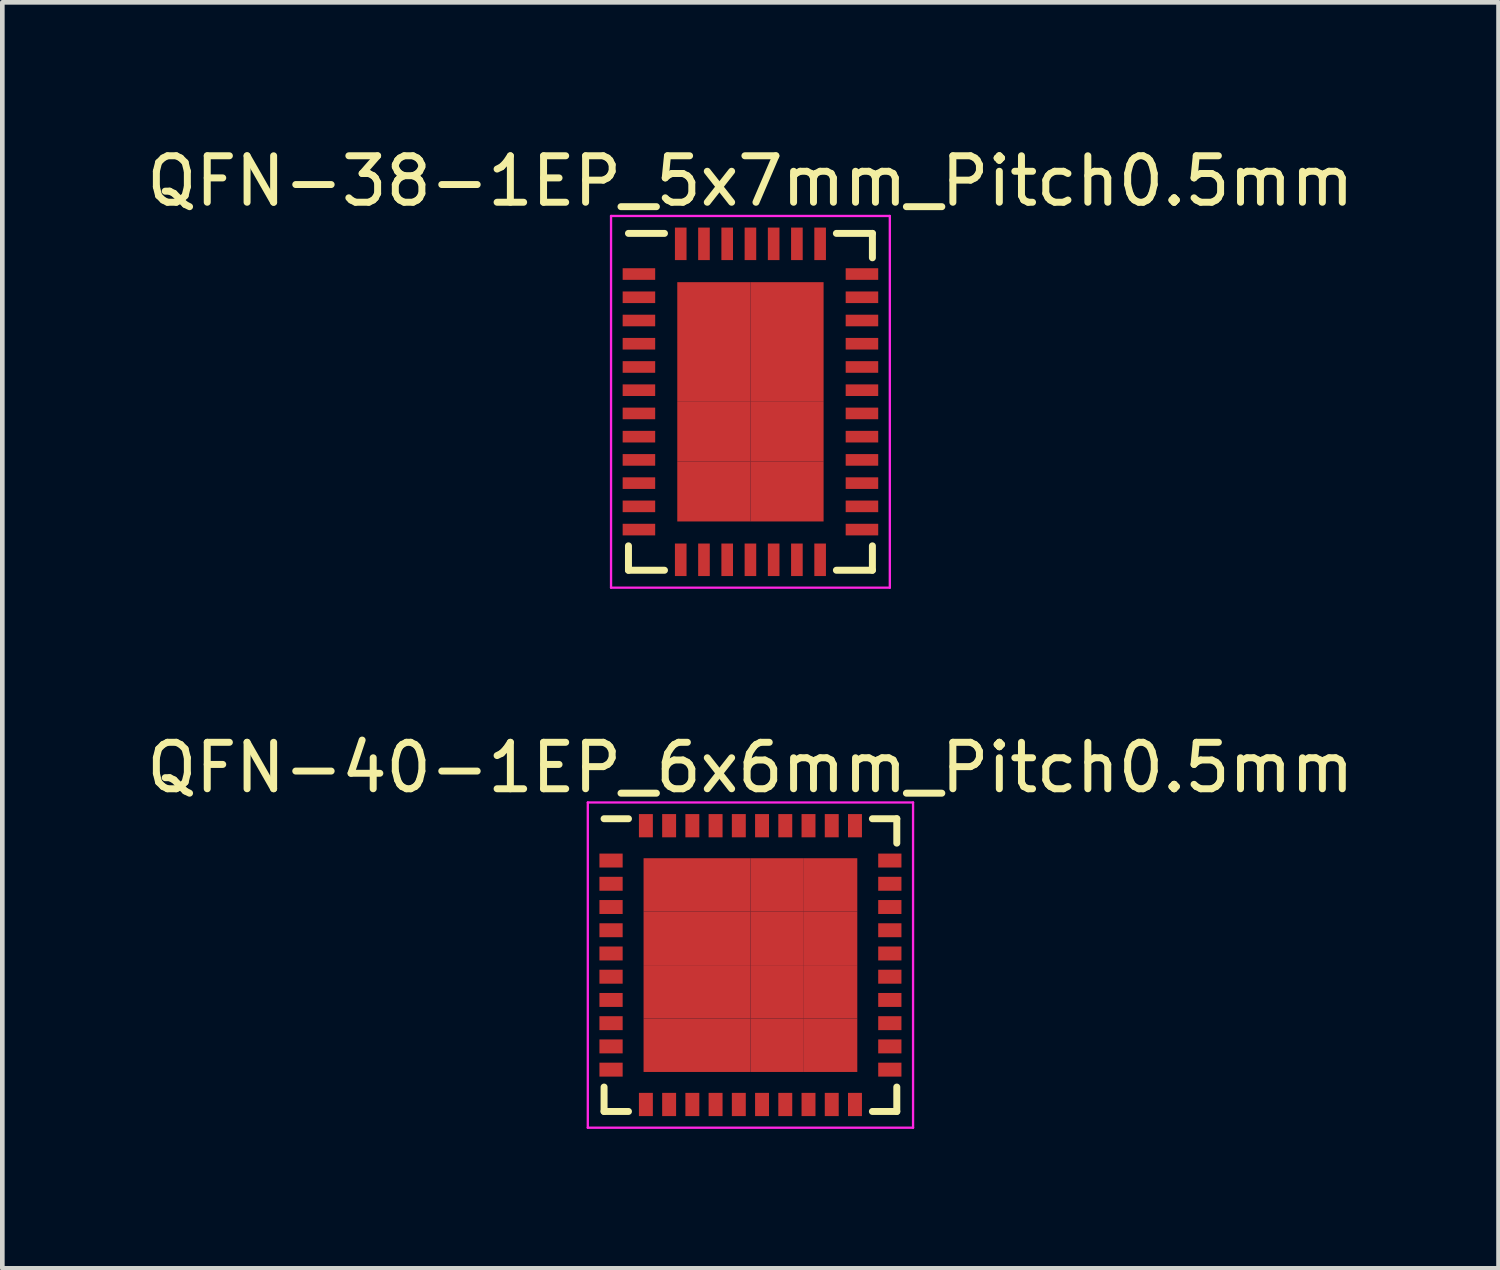
<source format=kicad_pcb>
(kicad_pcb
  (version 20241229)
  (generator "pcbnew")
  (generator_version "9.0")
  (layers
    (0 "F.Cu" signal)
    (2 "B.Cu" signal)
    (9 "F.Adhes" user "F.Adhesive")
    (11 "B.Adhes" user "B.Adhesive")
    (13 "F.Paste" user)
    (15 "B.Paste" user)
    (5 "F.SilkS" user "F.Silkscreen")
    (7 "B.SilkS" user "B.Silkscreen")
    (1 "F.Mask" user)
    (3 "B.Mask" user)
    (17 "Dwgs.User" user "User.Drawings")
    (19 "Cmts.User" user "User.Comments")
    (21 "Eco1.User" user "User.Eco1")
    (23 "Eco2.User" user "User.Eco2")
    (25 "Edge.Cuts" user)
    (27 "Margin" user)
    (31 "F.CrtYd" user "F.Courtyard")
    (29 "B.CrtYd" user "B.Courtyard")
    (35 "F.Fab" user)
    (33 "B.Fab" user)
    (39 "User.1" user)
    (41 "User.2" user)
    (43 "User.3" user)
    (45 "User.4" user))
  (footprint "QFN-40-1EP_6x6mm_Pitch0.5mm"
    (layer "F.Cu")
    (at 13.101 17.721)
    (property "Reference" "QFN-40-1EP_6x6mm_Pitch0.5mm" (at 0 -4.25 0) (layer "F.SilkS") (effects (font (size 1 1) (thickness 0.15))))
    (attr smd)
    (fp_line (start -3.15 -3.15) (end -2.625 -3.15) (stroke (width 0.15) (type solid)) (layer "F.SilkS"))
    (fp_line (start -3.15 3.15) (end -3.15 2.625) (stroke (width 0.15) (type solid)) (layer "F.SilkS"))
    (fp_line (start -3.15 3.15) (end -2.625 3.15) (stroke (width 0.15) (type solid)) (layer "F.SilkS"))
    (fp_line (start 3.15 -3.15) (end 2.625 -3.15) (stroke (width 0.15) (type solid)) (layer "F.SilkS"))
    (fp_line (start 3.15 -3.15) (end 3.15 -2.625) (stroke (width 0.15) (type solid)) (layer "F.SilkS"))
    (fp_line (start 3.15 3.15) (end 2.625 3.15) (stroke (width 0.15) (type solid)) (layer "F.SilkS"))
    (fp_line (start 3.15 3.15) (end 3.15 2.625) (stroke (width 0.15) (type solid)) (layer "F.SilkS"))
    (fp_line (start -3.5 -3.5) (end -3.5 3.5) (stroke (width 0.05) (type solid)) (layer "F.CrtYd"))
    (fp_line (start -3.5 -3.5) (end 3.5 -3.5) (stroke (width 0.05) (type solid)) (layer "F.CrtYd"))
    (fp_line (start -3.5 3.5) (end 3.5 3.5) (stroke (width 0.05) (type solid)) (layer "F.CrtYd"))
    (fp_line (start 3.5 -3.5) (end 3.5 3.5) (stroke (width 0.05) (type solid)) (layer "F.CrtYd"))
    (pad "1" smd rect (at -3 -2.25) (size 0.5 0.3) (layers "F.Cu" "F.Mask" "F.Paste"))
    (pad "2" smd rect (at -3 -1.75) (size 0.5 0.3) (layers "F.Cu" "F.Mask" "F.Paste"))
    (pad "3" smd rect (at -3 -1.25) (size 0.5 0.3) (layers "F.Cu" "F.Mask" "F.Paste"))
    (pad "4" smd rect (at -3 -0.75) (size 0.5 0.3) (layers "F.Cu" "F.Mask" "F.Paste"))
    (pad "5" smd rect (at -3 -0.25) (size 0.5 0.3) (layers "F.Cu" "F.Mask" "F.Paste"))
    (pad "6" smd rect (at -3 0.25) (size 0.5 0.3) (layers "F.Cu" "F.Mask" "F.Paste"))
    (pad "7" smd rect (at -3 0.75) (size 0.5 0.3) (layers "F.Cu" "F.Mask" "F.Paste"))
    (pad "8" smd rect (at -3 1.25) (size 0.5 0.3) (layers "F.Cu" "F.Mask" "F.Paste"))
    (pad "9" smd rect (at -3 1.75) (size 0.5 0.3) (layers "F.Cu" "F.Mask" "F.Paste"))
    (pad "10" smd rect (at -3 2.25) (size 0.5 0.3) (layers "F.Cu" "F.Mask" "F.Paste"))
    (pad "11" smd rect (at -2.25 3 90) (size 0.5 0.3) (layers "F.Cu" "F.Mask" "F.Paste"))
    (pad "12" smd rect (at -1.75 3 90) (size 0.5 0.3) (layers "F.Cu" "F.Mask" "F.Paste"))
    (pad "13" smd rect (at -1.25 3 90) (size 0.5 0.3) (layers "F.Cu" "F.Mask" "F.Paste"))
    (pad "14" smd rect (at -0.75 3 90) (size 0.5 0.3) (layers "F.Cu" "F.Mask" "F.Paste"))
    (pad "15" smd rect (at -0.25 3 90) (size 0.5 0.3) (layers "F.Cu" "F.Mask" "F.Paste"))
    (pad "16" smd rect (at 0.25 3 90) (size 0.5 0.3) (layers "F.Cu" "F.Mask" "F.Paste"))
    (pad "17" smd rect (at 0.75 3 90) (size 0.5 0.3) (layers "F.Cu" "F.Mask" "F.Paste"))
    (pad "18" smd rect (at 1.25 3 90) (size 0.5 0.3) (layers "F.Cu" "F.Mask" "F.Paste"))
    (pad "19" smd rect (at 1.75 3 90) (size 0.5 0.3) (layers "F.Cu" "F.Mask" "F.Paste"))
    (pad "20" smd rect (at 2.25 3 90) (size 0.5 0.3) (layers "F.Cu" "F.Mask" "F.Paste"))
    (pad "21" smd rect (at 3 2.25) (size 0.5 0.3) (layers "F.Cu" "F.Mask" "F.Paste"))
    (pad "22" smd rect (at 3 1.75) (size 0.5 0.3) (layers "F.Cu" "F.Mask" "F.Paste"))
    (pad "23" smd rect (at 3 1.25) (size 0.5 0.3) (layers "F.Cu" "F.Mask" "F.Paste"))
    (pad "24" smd rect (at 3 0.75) (size 0.5 0.3) (layers "F.Cu" "F.Mask" "F.Paste"))
    (pad "25" smd rect (at 3 0.25) (size 0.5 0.3) (layers "F.Cu" "F.Mask" "F.Paste"))
    (pad "26" smd rect (at 3 -0.25) (size 0.5 0.3) (layers "F.Cu" "F.Mask" "F.Paste"))
    (pad "27" smd rect (at 3 -0.75) (size 0.5 0.3) (layers "F.Cu" "F.Mask" "F.Paste"))
    (pad "28" smd rect (at 3 -1.25) (size 0.5 0.3) (layers "F.Cu" "F.Mask" "F.Paste"))
    (pad "29" smd rect (at 3 -1.75) (size 0.5 0.3) (layers "F.Cu" "F.Mask" "F.Paste"))
    (pad "30" smd rect (at 3 -2.25) (size 0.5 0.3) (layers "F.Cu" "F.Mask" "F.Paste"))
    (pad "31" smd rect (at 2.25 -3 90) (size 0.5 0.3) (layers "F.Cu" "F.Mask" "F.Paste"))
    (pad "32" smd rect (at 1.75 -3 90) (size 0.5 0.3) (layers "F.Cu" "F.Mask" "F.Paste"))
    (pad "33" smd rect (at 1.25 -3 90) (size 0.5 0.3) (layers "F.Cu" "F.Mask" "F.Paste"))
    (pad "34" smd rect (at 0.75 -3 90) (size 0.5 0.3) (layers "F.Cu" "F.Mask" "F.Paste"))
    (pad "35" smd rect (at 0.25 -3 90) (size 0.5 0.3) (layers "F.Cu" "F.Mask" "F.Paste"))
    (pad "36" smd rect (at -0.25 -3 90) (size 0.5 0.3) (layers "F.Cu" "F.Mask" "F.Paste"))
    (pad "37" smd rect (at -0.75 -3 90) (size 0.5 0.3) (layers "F.Cu" "F.Mask" "F.Paste"))
    (pad "38" smd rect (at -1.25 -3 90) (size 0.5 0.3) (layers "F.Cu" "F.Mask" "F.Paste"))
    (pad "39" smd rect (at -1.75 -3 90) (size 0.5 0.3) (layers "F.Cu" "F.Mask" "F.Paste"))
    (pad "40" smd rect (at -2.25 -3 90) (size 0.5 0.3) (layers "F.Cu" "F.Mask" "F.Paste"))
    (pad "41" smd rect (at -1.725 -1.725) (size 1.15 1.15) (layers "F.Cu" "F.Mask" "F.Paste"))
    (pad "41" smd rect (at -1.725 -0.575) (size 1.15 1.15) (layers "F.Cu" "F.Mask" "F.Paste"))
    (pad "41" smd rect (at -1.725 0.575) (size 1.15 1.15) (layers "F.Cu" "F.Mask" "F.Paste"))
    (pad "41" smd rect (at -1.725 1.725) (size 1.15 1.15) (layers "F.Cu" "F.Mask" "F.Paste"))
    (pad "41" smd rect (at -0.575 -1.725) (size 1.15 1.15) (layers "F.Cu" "F.Mask" "F.Paste"))
    (pad "41" smd rect (at -0.575 -0.575) (size 1.15 1.15) (layers "F.Cu" "F.Mask" "F.Paste"))
    (pad "41" smd rect (at -0.575 0.575) (size 1.15 1.15) (layers "F.Cu" "F.Mask" "F.Paste"))
    (pad "41" smd rect (at -0.575 1.725) (size 1.15 1.15) (layers "F.Cu" "F.Mask" "F.Paste"))
    (pad "41" smd rect (at 0.575 -1.725) (size 1.15 1.15) (layers "F.Cu" "F.Mask" "F.Paste"))
    (pad "41" smd rect (at 0.575 -0.575) (size 1.15 1.15) (layers "F.Cu" "F.Mask" "F.Paste"))
    (pad "41" smd rect (at 0.575 0.575) (size 1.15 1.15) (layers "F.Cu" "F.Mask" "F.Paste"))
    (pad "41" smd rect (at 0.575 1.725) (size 1.15 1.15) (layers "F.Cu" "F.Mask" "F.Paste"))
    (pad "41" smd rect (at 1.725 -1.725) (size 1.15 1.15) (layers "F.Cu" "F.Mask" "F.Paste"))
    (pad "41" smd rect (at 1.725 -0.575) (size 1.15 1.15) (layers "F.Cu" "F.Mask" "F.Paste"))
    (pad "41" smd rect (at 1.725 0.575) (size 1.15 1.15) (layers "F.Cu" "F.Mask" "F.Paste"))
    (pad "41" smd rect (at 1.725 1.725) (size 1.15 1.15) (layers "F.Cu" "F.Mask" "F.Paste")))
  (footprint "QFN-38-1EP_5x7mm_Pitch0.5mm"
    (layer "F.Cu")
    (at 13.101 5.598)
    (property "Reference" "QFN-38-1EP_5x7mm_Pitch0.5mm" (at 0 -4.75 0) (layer "F.SilkS") (effects (font (size 1 1) (thickness 0.15))))
    (attr smd)
    (fp_line (start -2.625 -3.625) (end -1.85 -3.625) (stroke (width 0.15) (type solid)) (layer "F.SilkS"))
    (fp_line (start -2.625 3.625) (end -2.625 3.1) (stroke (width 0.15) (type solid)) (layer "F.SilkS"))
    (fp_line (start -2.625 3.625) (end -1.85 3.625) (stroke (width 0.15) (type solid)) (layer "F.SilkS"))
    (fp_line (start 2.625 -3.625) (end 1.85 -3.625) (stroke (width 0.15) (type solid)) (layer "F.SilkS"))
    (fp_line (start 2.625 -3.625) (end 2.625 -3.1) (stroke (width 0.15) (type solid)) (layer "F.SilkS"))
    (fp_line (start 2.625 3.625) (end 1.85 3.625) (stroke (width 0.15) (type solid)) (layer "F.SilkS"))
    (fp_line (start 2.625 3.625) (end 2.625 3.1) (stroke (width 0.15) (type solid)) (layer "F.SilkS"))
    (fp_line (start -3 -4) (end -3 4) (stroke (width 0.05) (type solid)) (layer "F.CrtYd"))
    (fp_line (start -3 -4) (end 3 -4) (stroke (width 0.05) (type solid)) (layer "F.CrtYd"))
    (fp_line (start -3 4) (end 3 4) (stroke (width 0.05) (type solid)) (layer "F.CrtYd"))
    (fp_line (start 3 -4) (end 3 4) (stroke (width 0.05) (type solid)) (layer "F.CrtYd"))
    (pad "1" smd rect (at -2.4 -2.75) (size 0.7 0.25) (layers "F.Cu" "F.Mask" "F.Paste"))
    (pad "2" smd rect (at -2.4 -2.25) (size 0.7 0.25) (layers "F.Cu" "F.Mask" "F.Paste"))
    (pad "3" smd rect (at -2.4 -1.75) (size 0.7 0.25) (layers "F.Cu" "F.Mask" "F.Paste"))
    (pad "4" smd rect (at -2.4 -1.25) (size 0.7 0.25) (layers "F.Cu" "F.Mask" "F.Paste"))
    (pad "5" smd rect (at -2.4 -0.75) (size 0.7 0.25) (layers "F.Cu" "F.Mask" "F.Paste"))
    (pad "6" smd rect (at -2.4 -0.25) (size 0.7 0.25) (layers "F.Cu" "F.Mask" "F.Paste"))
    (pad "7" smd rect (at -2.4 0.25) (size 0.7 0.25) (layers "F.Cu" "F.Mask" "F.Paste"))
    (pad "8" smd rect (at -2.4 0.75) (size 0.7 0.25) (layers "F.Cu" "F.Mask" "F.Paste"))
    (pad "9" smd rect (at -2.4 1.25) (size 0.7 0.25) (layers "F.Cu" "F.Mask" "F.Paste"))
    (pad "10" smd rect (at -2.4 1.75) (size 0.7 0.25) (layers "F.Cu" "F.Mask" "F.Paste"))
    (pad "11" smd rect (at -2.4 2.25) (size 0.7 0.25) (layers "F.Cu" "F.Mask" "F.Paste"))
    (pad "12" smd rect (at -2.4 2.75) (size 0.7 0.25) (layers "F.Cu" "F.Mask" "F.Paste"))
    (pad "13" smd rect (at -1.5 3.4 90) (size 0.7 0.25) (layers "F.Cu" "F.Mask" "F.Paste"))
    (pad "14" smd rect (at -1 3.4 90) (size 0.7 0.25) (layers "F.Cu" "F.Mask" "F.Paste"))
    (pad "15" smd rect (at -0.5 3.4 90) (size 0.7 0.25) (layers "F.Cu" "F.Mask" "F.Paste"))
    (pad "16" smd rect (at 0 3.4 90) (size 0.7 0.25) (layers "F.Cu" "F.Mask" "F.Paste"))
    (pad "17" smd rect (at 0.5 3.4 90) (size 0.7 0.25) (layers "F.Cu" "F.Mask" "F.Paste"))
    (pad "18" smd rect (at 1 3.4 90) (size 0.7 0.25) (layers "F.Cu" "F.Mask" "F.Paste"))
    (pad "19" smd rect (at 1.5 3.4 90) (size 0.7 0.25) (layers "F.Cu" "F.Mask" "F.Paste"))
    (pad "20" smd rect (at 2.4 2.75) (size 0.7 0.25) (layers "F.Cu" "F.Mask" "F.Paste"))
    (pad "21" smd rect (at 2.4 2.25) (size 0.7 0.25) (layers "F.Cu" "F.Mask" "F.Paste"))
    (pad "22" smd rect (at 2.4 1.75) (size 0.7 0.25) (layers "F.Cu" "F.Mask" "F.Paste"))
    (pad "23" smd rect (at 2.4 1.25) (size 0.7 0.25) (layers "F.Cu" "F.Mask" "F.Paste"))
    (pad "24" smd rect (at 2.4 0.75) (size 0.7 0.25) (layers "F.Cu" "F.Mask" "F.Paste"))
    (pad "25" smd rect (at 2.4 0.25) (size 0.7 0.25) (layers "F.Cu" "F.Mask" "F.Paste"))
    (pad "26" smd rect (at 2.4 -0.25) (size 0.7 0.25) (layers "F.Cu" "F.Mask" "F.Paste"))
    (pad "27" smd rect (at 2.4 -0.75) (size 0.7 0.25) (layers "F.Cu" "F.Mask" "F.Paste"))
    (pad "28" smd rect (at 2.4 -1.25) (size 0.7 0.25) (layers "F.Cu" "F.Mask" "F.Paste"))
    (pad "29" smd rect (at 2.4 -1.75) (size 0.7 0.25) (layers "F.Cu" "F.Mask" "F.Paste"))
    (pad "30" smd rect (at 2.4 -2.25) (size 0.7 0.25) (layers "F.Cu" "F.Mask" "F.Paste"))
    (pad "31" smd rect (at 2.4 -2.75) (size 0.7 0.25) (layers "F.Cu" "F.Mask" "F.Paste"))
    (pad "32" smd rect (at 1.5 -3.4 90) (size 0.7 0.25) (layers "F.Cu" "F.Mask" "F.Paste"))
    (pad "33" smd rect (at 1 -3.4 90) (size 0.7 0.25) (layers "F.Cu" "F.Mask" "F.Paste"))
    (pad "34" smd rect (at 0.5 -3.4 90) (size 0.7 0.25) (layers "F.Cu" "F.Mask" "F.Paste"))
    (pad "35" smd rect (at 0 -3.4 90) (size 0.7 0.25) (layers "F.Cu" "F.Mask" "F.Paste"))
    (pad "36" smd rect (at -0.5 -3.4 90) (size 0.7 0.25) (layers "F.Cu" "F.Mask" "F.Paste"))
    (pad "37" smd rect (at -1 -3.4 90) (size 0.7 0.25) (layers "F.Cu" "F.Mask" "F.Paste"))
    (pad "38" smd rect (at -1.5 -3.4 90) (size 0.7 0.25) (layers "F.Cu" "F.Mask" "F.Paste"))
    (pad "39" smd rect (at -0.787 -1.931) (size 1.575 1.288) (layers "F.Cu" "F.Mask" "F.Paste"))
    (pad "39" smd rect (at -0.787 -0.644) (size 1.575 1.288) (layers "F.Cu" "F.Mask" "F.Paste"))
    (pad "39" smd rect (at -0.787 0.644) (size 1.575 1.288) (layers "F.Cu" "F.Mask" "F.Paste"))
    (pad "39" smd rect (at -0.787 1.931) (size 1.575 1.288) (layers "F.Cu" "F.Mask" "F.Paste"))
    (pad "39" smd rect (at 0.787 -1.931) (size 1.575 1.288) (layers "F.Cu" "F.Mask" "F.Paste"))
    (pad "39" smd rect (at 0.787 -0.644) (size 1.575 1.288) (layers "F.Cu" "F.Mask" "F.Paste"))
    (pad "39" smd rect (at 0.787 0.644) (size 1.575 1.288) (layers "F.Cu" "F.Mask" "F.Paste"))
    (pad "39" smd rect (at 0.787 1.931) (size 1.575 1.288) (layers "F.Cu" "F.Mask" "F.Paste")))
  (gr_rect
    (start -3 -3)
    (end 29.202 24.247)
    (stroke (width 0.1) (type default))
    (fill no)
    (layer "Edge.Cuts")))
</source>
